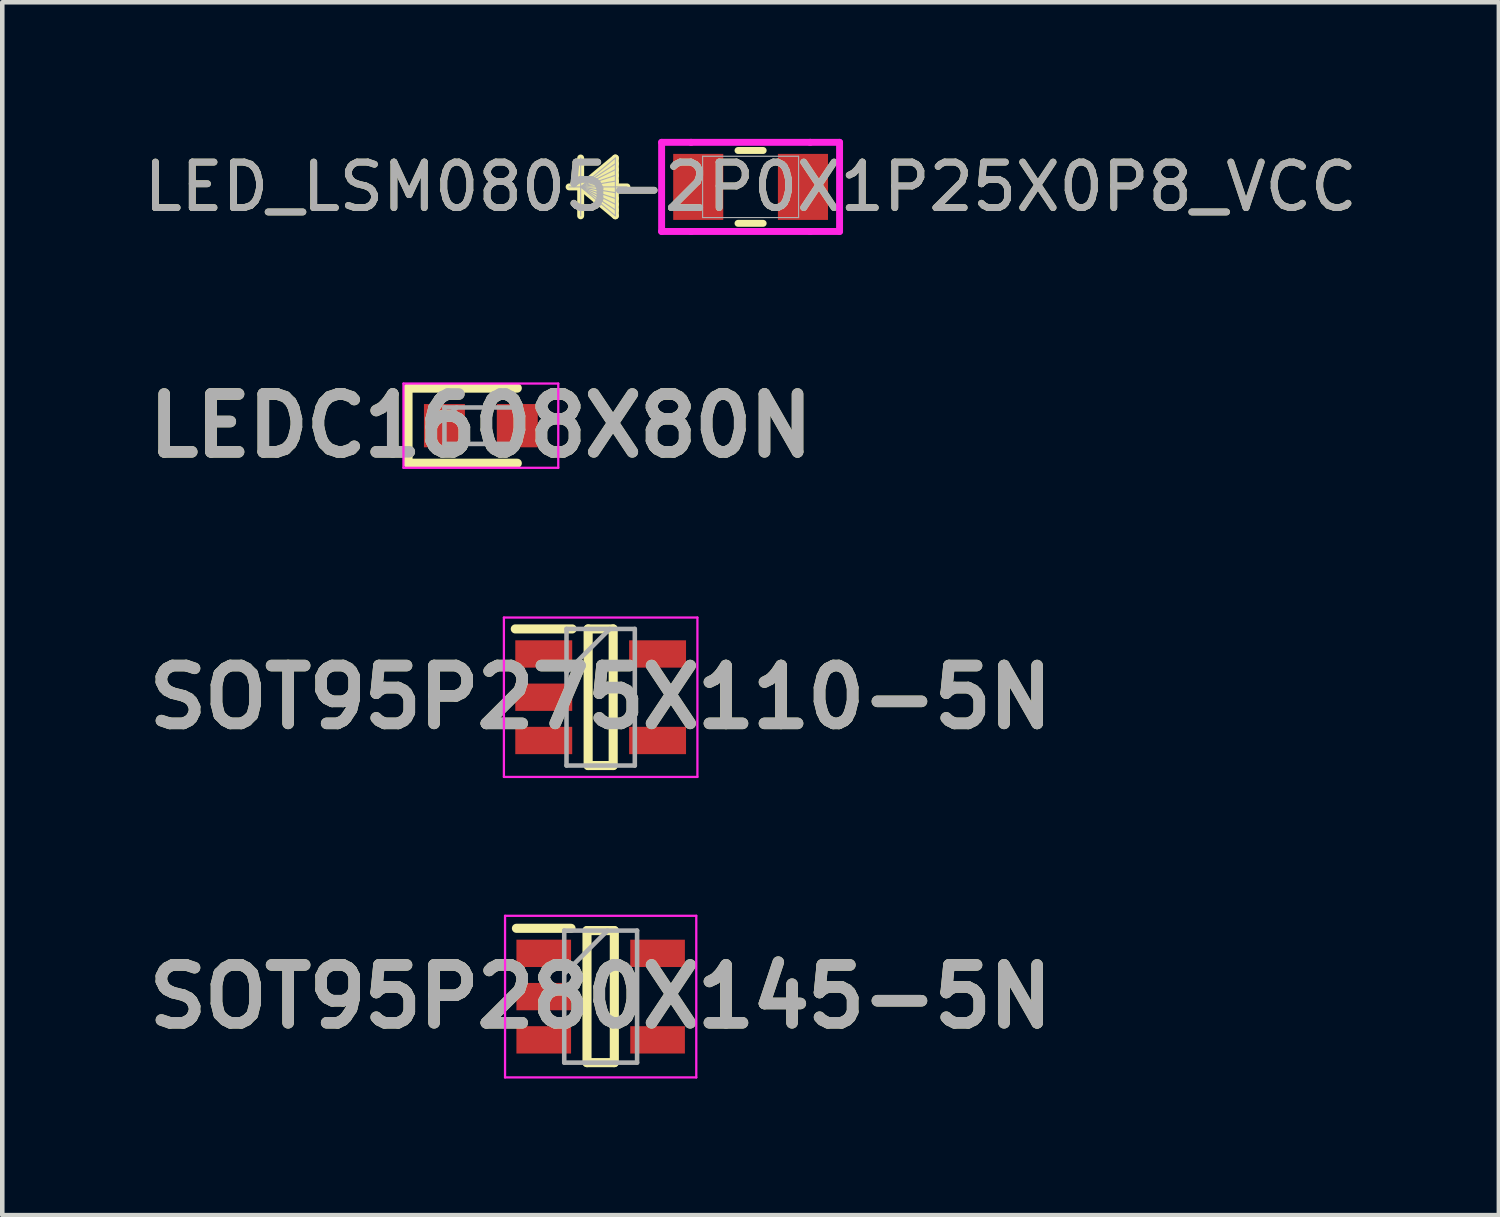
<source format=kicad_pcb>
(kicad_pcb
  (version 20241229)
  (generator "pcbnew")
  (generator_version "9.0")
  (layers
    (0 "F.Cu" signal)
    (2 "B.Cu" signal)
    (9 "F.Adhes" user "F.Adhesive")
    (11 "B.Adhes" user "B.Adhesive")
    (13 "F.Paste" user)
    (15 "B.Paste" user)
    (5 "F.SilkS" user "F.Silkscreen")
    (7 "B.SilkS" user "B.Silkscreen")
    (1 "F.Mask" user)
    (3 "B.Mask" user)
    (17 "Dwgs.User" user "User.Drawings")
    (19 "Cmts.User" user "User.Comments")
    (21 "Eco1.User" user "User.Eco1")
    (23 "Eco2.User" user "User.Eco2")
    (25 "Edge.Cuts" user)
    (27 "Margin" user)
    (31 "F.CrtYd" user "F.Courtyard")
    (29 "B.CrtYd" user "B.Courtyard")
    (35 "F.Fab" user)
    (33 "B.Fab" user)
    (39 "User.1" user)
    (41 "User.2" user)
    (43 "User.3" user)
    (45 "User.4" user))
  (footprint "SOT95P275X110-5N"
    (layer "F.Cu")
    (at 10.142 12.263)
    (property "Reference" "SOT95P275X110-5N" (at 0 0 0) (layer "F.SilkS") (effects (font (size 1.27 1.27) (thickness 0.254))))
    (attr smd)
    (fp_line (start -1.875 -1.5) (end -0.625 -1.5) (stroke (width 0.2) (type solid)) (layer "F.SilkS"))
    (fp_line (start -0.275 -1.5) (end 0.275 -1.5) (stroke (width 0.2) (type solid)) (layer "F.SilkS"))
    (fp_line (start -0.275 1.5) (end -0.275 -1.5) (stroke (width 0.2) (type solid)) (layer "F.SilkS"))
    (fp_line (start 0.275 -1.5) (end 0.275 1.5) (stroke (width 0.2) (type solid)) (layer "F.SilkS"))
    (fp_line (start 0.275 1.5) (end -0.275 1.5) (stroke (width 0.2) (type solid)) (layer "F.SilkS"))
    (fp_line (start -2.125 -1.75) (end 2.125 -1.75) (stroke (width 0.05) (type solid)) (layer "F.CrtYd"))
    (fp_line (start -2.125 1.75) (end -2.125 -1.75) (stroke (width 0.05) (type solid)) (layer "F.CrtYd"))
    (fp_line (start 2.125 -1.75) (end 2.125 1.75) (stroke (width 0.05) (type solid)) (layer "F.CrtYd"))
    (fp_line (start 2.125 1.75) (end -2.125 1.75) (stroke (width 0.05) (type solid)) (layer "F.CrtYd"))
    (fp_line (start -0.75 -1.5) (end 0.75 -1.5) (stroke (width 0.1) (type solid)) (layer "F.Fab"))
    (fp_line (start -0.75 -0.55) (end 0.2 -1.5) (stroke (width 0.1) (type solid)) (layer "F.Fab"))
    (fp_line (start -0.75 1.5) (end -0.75 -1.5) (stroke (width 0.1) (type solid)) (layer "F.Fab"))
    (fp_line (start 0.75 -1.5) (end 0.75 1.5) (stroke (width 0.1) (type solid)) (layer "F.Fab"))
    (fp_line (start 0.75 1.5) (end -0.75 1.5) (stroke (width 0.1) (type solid)) (layer "F.Fab"))
    (fp_text user "${REFERENCE}" (at 0 0 0) (layer "F.Fab") (effects (font (size 1.27 1.27) (thickness 0.254))))
    (pad "1" smd rect (at -1.25 -0.95 90) (size 0.6 1.25) (layers "F.Cu" "F.Mask" "F.Paste"))
    (pad "2" smd rect (at -1.25 0 90) (size 0.6 1.25) (layers "F.Cu" "F.Mask" "F.Paste"))
    (pad "3" smd rect (at -1.25 0.95 90) (size 0.6 1.25) (layers "F.Cu" "F.Mask" "F.Paste"))
    (pad "4" smd rect (at 1.25 0.95 90) (size 0.6 1.25) (layers "F.Cu" "F.Mask" "F.Paste"))
    (pad "5" smd rect (at 1.25 -0.95 90) (size 0.6 1.25) (layers "F.Cu" "F.Mask" "F.Paste")))
  (footprint "SOT95P280X145-5N"
    (layer "F.Cu")
    (at 10.142 18.838)
    (property "Reference" "SOT95P280X145-5N" (at 0 0 0) (layer "F.SilkS") (effects (font (size 1.27 1.27) (thickness 0.254))))
    (attr smd)
    (fp_line (start -1.85 -1.5) (end -0.65 -1.5) (stroke (width 0.2) (type solid)) (layer "F.SilkS"))
    (fp_line (start -0.3 -1.45) (end 0.3 -1.45) (stroke (width 0.2) (type solid)) (layer "F.SilkS"))
    (fp_line (start -0.3 1.45) (end -0.3 -1.45) (stroke (width 0.2) (type solid)) (layer "F.SilkS"))
    (fp_line (start 0.3 -1.45) (end 0.3 1.45) (stroke (width 0.2) (type solid)) (layer "F.SilkS"))
    (fp_line (start 0.3 1.45) (end -0.3 1.45) (stroke (width 0.2) (type solid)) (layer "F.SilkS"))
    (fp_line (start -2.1 -1.775) (end 2.1 -1.775) (stroke (width 0.05) (type solid)) (layer "F.CrtYd"))
    (fp_line (start -2.1 1.775) (end -2.1 -1.775) (stroke (width 0.05) (type solid)) (layer "F.CrtYd"))
    (fp_line (start 2.1 -1.775) (end 2.1 1.775) (stroke (width 0.05) (type solid)) (layer "F.CrtYd"))
    (fp_line (start 2.1 1.775) (end -2.1 1.775) (stroke (width 0.05) (type solid)) (layer "F.CrtYd"))
    (fp_line (start -0.8 -1.45) (end 0.8 -1.45) (stroke (width 0.1) (type solid)) (layer "F.Fab"))
    (fp_line (start -0.8 -0.5) (end 0.15 -1.45) (stroke (width 0.1) (type solid)) (layer "F.Fab"))
    (fp_line (start -0.8 1.45) (end -0.8 -1.45) (stroke (width 0.1) (type solid)) (layer "F.Fab"))
    (fp_line (start 0.8 -1.45) (end 0.8 1.45) (stroke (width 0.1) (type solid)) (layer "F.Fab"))
    (fp_line (start 0.8 1.45) (end -0.8 1.45) (stroke (width 0.1) (type solid)) (layer "F.Fab"))
    (fp_text user "${REFERENCE}" (at 0 0 0) (layer "F.Fab") (effects (font (size 1.27 1.27) (thickness 0.254))))
    (pad "1" smd rect (at -1.25 -0.95 90) (size 0.6 1.2) (layers "F.Cu" "F.Mask" "F.Paste"))
    (pad "2" smd rect (at -1.25 0 90) (size 0.6 1.2) (layers "F.Cu" "F.Mask" "F.Paste"))
    (pad "3" smd rect (at -1.25 0.95 90) (size 0.6 1.2) (layers "F.Cu" "F.Mask" "F.Paste"))
    (pad "4" smd rect (at 1.25 0.95 90) (size 0.6 1.2) (layers "F.Cu" "F.Mask" "F.Paste"))
    (pad "5" smd rect (at 1.25 -0.95 90) (size 0.6 1.2) (layers "F.Cu" "F.Mask" "F.Paste")))
  (footprint "LEDC1608X80N"
    (layer "F.Cu")
    (at 7.511 6.299)
    (property "Reference" "LEDC1608X80N" (at 0 0 0) (layer "F.SilkS") (effects (font (size 1.27 1.27) (thickness 0.254))))
    (attr smd)
    (fp_line (start -1.6 -0.825) (end -1.6 0.825) (stroke (width 0.2) (type solid)) (layer "F.SilkS"))
    (fp_line (start -1.6 0.825) (end 0.8 0.825) (stroke (width 0.2) (type solid)) (layer "F.SilkS"))
    (fp_line (start 0.8 -0.825) (end -1.6 -0.825) (stroke (width 0.2) (type solid)) (layer "F.SilkS"))
    (fp_line (start -1.7 -0.925) (end 1.7 -0.925) (stroke (width 0.05) (type solid)) (layer "F.CrtYd"))
    (fp_line (start -1.7 0.925) (end -1.7 -0.925) (stroke (width 0.05) (type solid)) (layer "F.CrtYd"))
    (fp_line (start 1.7 -0.925) (end 1.7 0.925) (stroke (width 0.05) (type solid)) (layer "F.CrtYd"))
    (fp_line (start 1.7 0.925) (end -1.7 0.925) (stroke (width 0.05) (type solid)) (layer "F.CrtYd"))
    (fp_line (start -0.8 -0.4) (end 0.8 -0.4) (stroke (width 0.1) (type solid)) (layer "F.Fab"))
    (fp_line (start -0.8 -0.133) (end -0.533 -0.4) (stroke (width 0.1) (type solid)) (layer "F.Fab"))
    (fp_line (start -0.8 0.4) (end -0.8 -0.4) (stroke (width 0.1) (type solid)) (layer "F.Fab"))
    (fp_line (start 0.8 -0.4) (end 0.8 0.4) (stroke (width 0.1) (type solid)) (layer "F.Fab"))
    (fp_line (start 0.8 0.4) (end -0.8 0.4) (stroke (width 0.1) (type solid)) (layer "F.Fab"))
    (fp_text user "${REFERENCE}" (at 0 0 0) (layer "F.Fab") (effects (font (size 1.27 1.27) (thickness 0.254))))
    (pad "1" smd rect (at -0.8 0) (size 0.9 0.95) (layers "F.Cu" "F.Mask" "F.Paste"))
    (pad "2" smd rect (at 0.8 0) (size 0.9 0.95) (layers "F.Cu" "F.Mask" "F.Paste")))
  (footprint "LED_LSM0805-2P0X1P25X0P8_VCC"
    (layer "F.Cu")
    (at 13.435 1.055)
    (property "Reference" "LED_LSM0805-2P0X1P25X0P8_VCC" (at 0 0 0) (unlocked yes) (layer "F.SilkS") (effects (font (size 1 1) (thickness 0.15))))
    (attr smd)
    (fp_line (start -3.732 -0.635) (end -3.732 0.635) (stroke (width 0.152) (type solid)) (layer "F.SilkS"))
    (fp_line (start -3.732 0) (end -2.97 -0.635) (stroke (width 0.152) (type solid)) (layer "F.SilkS"))
    (fp_line (start -3.732 0) (end -2.97 -0.508) (stroke (width 0.152) (type solid)) (layer "F.SilkS"))
    (fp_line (start -3.732 0) (end -2.97 -0.381) (stroke (width 0.152) (type solid)) (layer "F.SilkS"))
    (fp_line (start -3.732 0) (end -2.97 -0.254) (stroke (width 0.152) (type solid)) (layer "F.SilkS"))
    (fp_line (start -3.732 0) (end -2.97 -0.127) (stroke (width 0.152) (type solid)) (layer "F.SilkS"))
    (fp_line (start -3.732 0) (end -2.97 0.127) (stroke (width 0.152) (type solid)) (layer "F.SilkS"))
    (fp_line (start -3.732 0) (end -2.97 0.254) (stroke (width 0.152) (type solid)) (layer "F.SilkS"))
    (fp_line (start -3.732 0) (end -2.97 0.381) (stroke (width 0.152) (type solid)) (layer "F.SilkS"))
    (fp_line (start -3.732 0) (end -2.97 0.508) (stroke (width 0.152) (type solid)) (layer "F.SilkS"))
    (fp_line (start -3.732 0) (end -2.97 0.635) (stroke (width 0.152) (type solid)) (layer "F.SilkS"))
    (fp_line (start -2.97 -0.635) (end -2.97 0.635) (stroke (width 0.152) (type solid)) (layer "F.SilkS"))
    (fp_line (start -2.716 0) (end -3.986 0) (stroke (width 0.152) (type solid)) (layer "F.SilkS"))
    (fp_line (start -0.276 0.8) (end 0.276 0.8) (stroke (width 0.152) (type solid)) (layer "F.SilkS"))
    (fp_line (start 0.276 -0.8) (end -0.276 -0.8) (stroke (width 0.152) (type solid)) (layer "F.SilkS"))
    (fp_line (start -1.954 -0.979) (end -1.308 -0.979) (stroke (width 0.152) (type solid)) (layer "F.CrtYd"))
    (fp_line (start -1.954 0.979) (end -1.954 -0.979) (stroke (width 0.152) (type solid)) (layer "F.CrtYd"))
    (fp_line (start -1.308 -0.979) (end -1.308 -0.979) (stroke (width 0.152) (type solid)) (layer "F.CrtYd"))
    (fp_line (start -1.308 -0.979) (end 1.308 -0.979) (stroke (width 0.152) (type solid)) (layer "F.CrtYd"))
    (fp_line (start -1.308 0.979) (end -1.954 0.979) (stroke (width 0.152) (type solid)) (layer "F.CrtYd"))
    (fp_line (start -1.308 0.979) (end -1.308 0.979) (stroke (width 0.152) (type solid)) (layer "F.CrtYd"))
    (fp_line (start 1.308 -0.979) (end 1.308 -0.979) (stroke (width 0.152) (type solid)) (layer "F.CrtYd"))
    (fp_line (start 1.308 -0.979) (end 1.954 -0.979) (stroke (width 0.152) (type solid)) (layer "F.CrtYd"))
    (fp_line (start 1.308 0.979) (end -1.308 0.979) (stroke (width 0.152) (type solid)) (layer "F.CrtYd"))
    (fp_line (start 1.308 0.979) (end 1.308 0.979) (stroke (width 0.152) (type solid)) (layer "F.CrtYd"))
    (fp_line (start 1.954 -0.979) (end 1.954 0.979) (stroke (width 0.152) (type solid)) (layer "F.CrtYd"))
    (fp_line (start 1.954 0.979) (end 1.308 0.979) (stroke (width 0.152) (type solid)) (layer "F.CrtYd"))
    (fp_line (start -3.732 -0.635) (end -3.732 0.635) (stroke (width 0.025) (type solid)) (layer "F.Fab"))
    (fp_line (start -3.732 0) (end -2.97 -0.635) (stroke (width 0.025) (type solid)) (layer "F.Fab"))
    (fp_line (start -3.732 0) (end -2.97 -0.508) (stroke (width 0.025) (type solid)) (layer "F.Fab"))
    (fp_line (start -3.732 0) (end -2.97 -0.381) (stroke (width 0.025) (type solid)) (layer "F.Fab"))
    (fp_line (start -3.732 0) (end -2.97 -0.254) (stroke (width 0.025) (type solid)) (layer "F.Fab"))
    (fp_line (start -3.732 0) (end -2.97 -0.127) (stroke (width 0.025) (type solid)) (layer "F.Fab"))
    (fp_line (start -3.732 0) (end -2.97 0.127) (stroke (width 0.025) (type solid)) (layer "F.Fab"))
    (fp_line (start -3.732 0) (end -2.97 0.254) (stroke (width 0.025) (type solid)) (layer "F.Fab"))
    (fp_line (start -3.732 0) (end -2.97 0.381) (stroke (width 0.025) (type solid)) (layer "F.Fab"))
    (fp_line (start -3.732 0) (end -2.97 0.508) (stroke (width 0.025) (type solid)) (layer "F.Fab"))
    (fp_line (start -3.732 0) (end -2.97 0.635) (stroke (width 0.025) (type solid)) (layer "F.Fab"))
    (fp_line (start -2.97 -0.635) (end -2.97 0.635) (stroke (width 0.025) (type solid)) (layer "F.Fab"))
    (fp_line (start -2.716 0) (end -3.986 0) (stroke (width 0.025) (type solid)) (layer "F.Fab"))
    (fp_line (start -1.054 -0.673) (end -1.054 0.673) (stroke (width 0.025) (type solid)) (layer "F.Fab"))
    (fp_line (start -1.054 0.673) (end 1.054 0.673) (stroke (width 0.025) (type solid)) (layer "F.Fab"))
    (fp_line (start 1.054 -0.673) (end -1.054 -0.673) (stroke (width 0.025) (type solid)) (layer "F.Fab"))
    (fp_line (start 1.054 0.673) (end 1.054 -0.673) (stroke (width 0.025) (type solid)) (layer "F.Fab"))
    (fp_text user "${REFERENCE}" (at 0 0 0) (unlocked yes) (layer "F.Fab") (effects (font (size 1 1) (thickness 0.15))))
    (pad "1" smd rect (at -1.15 0) (size 1.1 1.45) (layers "F.Cu" "F.Mask" "F.Paste"))
    (pad "2" smd rect (at 1.15 0) (size 1.1 1.45) (layers "F.Cu" "F.Mask" "F.Paste"))
    (zone (net_name "") (layer "F.Cu") (hatch full 0.508) (connect_pads) (min_thickness 0.254) (filled_areas_thickness no) (keepout (tracks not_allowed) (vias not_allowed) (pads allowed) (copperpour not_allowed) (footprints allowed)) (placement (enabled no)) (fill) (polygon (pts (xy 12.885 0.381) (xy 13.984 0.381) (xy 13.984 1.729) (xy 12.885 1.729)))))
  (gr_rect
    (start -3 -3)
    (end 29.869 23.638)
    (stroke (width 0.1) (type default))
    (fill no)
    (layer "Edge.Cuts")))
</source>
